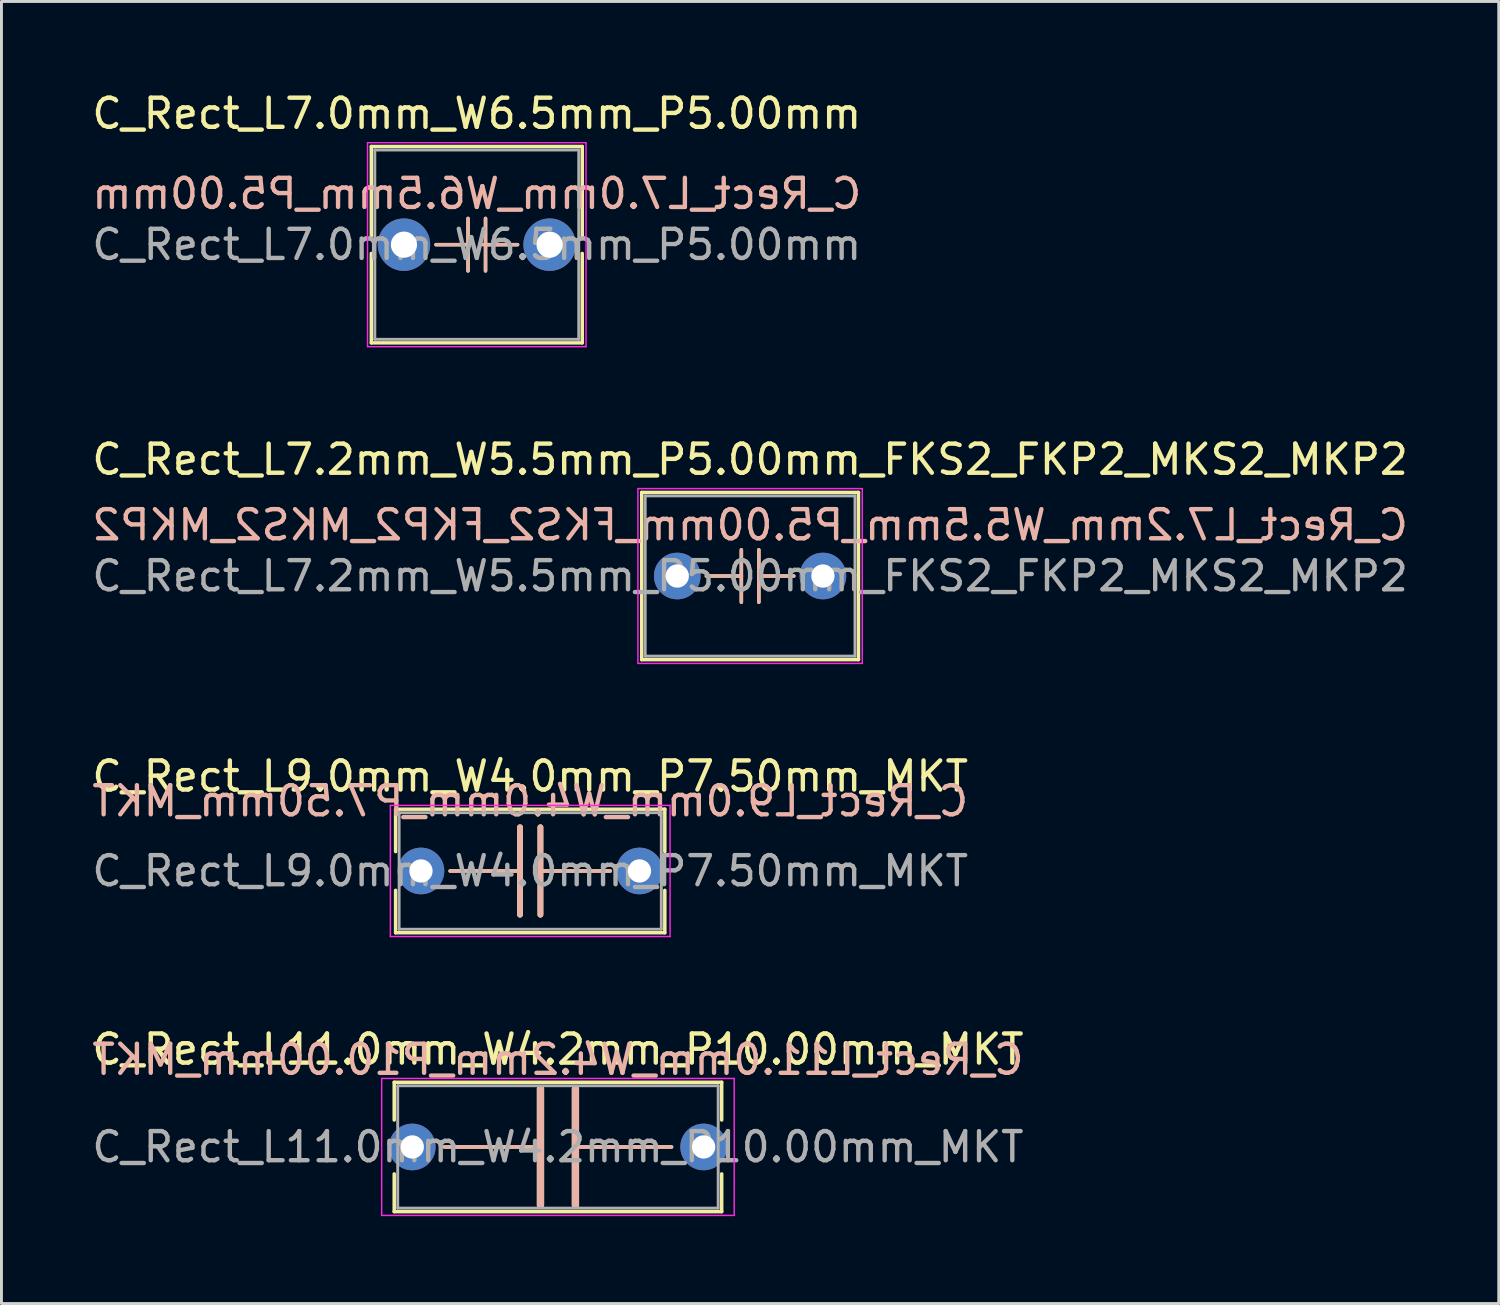
<source format=kicad_pcb>
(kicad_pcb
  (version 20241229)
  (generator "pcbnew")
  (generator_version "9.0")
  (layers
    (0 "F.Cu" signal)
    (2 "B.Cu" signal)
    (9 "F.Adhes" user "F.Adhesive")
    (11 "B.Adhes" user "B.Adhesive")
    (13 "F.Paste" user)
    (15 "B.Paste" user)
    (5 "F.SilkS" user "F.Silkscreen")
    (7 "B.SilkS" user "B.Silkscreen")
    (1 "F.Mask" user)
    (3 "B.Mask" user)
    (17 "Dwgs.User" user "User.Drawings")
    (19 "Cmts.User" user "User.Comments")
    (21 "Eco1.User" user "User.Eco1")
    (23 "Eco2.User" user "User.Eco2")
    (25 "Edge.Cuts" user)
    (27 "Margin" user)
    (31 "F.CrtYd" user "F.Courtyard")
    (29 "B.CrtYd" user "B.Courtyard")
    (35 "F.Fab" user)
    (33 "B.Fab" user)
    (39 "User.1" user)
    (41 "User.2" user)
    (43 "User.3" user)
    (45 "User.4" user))
  (footprint "C_Rect_L7.2mm_W5.5mm_P5.00mm_FKS2_FKP2_MKS2_MKP2"
    (layer "F.Cu")
    (at 20.196 16.721)
    (property "Reference" "C_Rect_L7.2mm_W5.5mm_P5.00mm_FKS2_FKP2_MKS2_MKP2" (at 2.5 -4 0) (layer "F.SilkS") (effects (font (size 1 1) (thickness 0.15))))
    (fp_line (start -1.22 -2.87) (end -1.22 2.87) (stroke (width 0.12) (type solid)) (layer "F.SilkS"))
    (fp_line (start -1.22 -2.87) (end 6.22 -2.87) (stroke (width 0.12) (type solid)) (layer "F.SilkS"))
    (fp_line (start -1.22 2.87) (end 6.22 2.87) (stroke (width 0.12) (type solid)) (layer "F.SilkS"))
    (fp_line (start 1 0) (end 2.2 0) (stroke (width 0.12) (type solid)) (layer "F.SilkS"))
    (fp_line (start 2.2 -0.9) (end 2.2 0.9) (stroke (width 0.12) (type solid)) (layer "F.SilkS"))
    (fp_line (start 2.8 -0.9) (end 2.8 0.9) (stroke (width 0.12) (type solid)) (layer "F.SilkS"))
    (fp_line (start 4 0) (end 2.8 0) (stroke (width 0.12) (type solid)) (layer "F.SilkS"))
    (fp_line (start 6.22 -2.87) (end 6.22 2.87) (stroke (width 0.12) (type solid)) (layer "F.SilkS"))
    (fp_line (start 1 0) (end 2.2 0) (stroke (width 0.12) (type solid)) (layer "B.SilkS"))
    (fp_line (start 2.2 0.9) (end 2.2 -0.9) (stroke (width 0.12) (type solid)) (layer "B.SilkS"))
    (fp_line (start 2.8 0.9) (end 2.8 -0.9) (stroke (width 0.12) (type solid)) (layer "B.SilkS"))
    (fp_line (start 4 0) (end 2.8 0) (stroke (width 0.12) (type solid)) (layer "B.SilkS"))
    (fp_line (start -1.35 -3) (end -1.35 3) (stroke (width 0.05) (type solid)) (layer "F.CrtYd"))
    (fp_line (start -1.35 3) (end 6.35 3) (stroke (width 0.05) (type solid)) (layer "F.CrtYd"))
    (fp_line (start 6.35 -3) (end -1.35 -3) (stroke (width 0.05) (type solid)) (layer "F.CrtYd"))
    (fp_line (start 6.35 3) (end 6.35 -3) (stroke (width 0.05) (type solid)) (layer "F.CrtYd"))
    (fp_line (start -1.1 -2.75) (end -1.1 2.75) (stroke (width 0.1) (type solid)) (layer "F.Fab"))
    (fp_line (start -1.1 2.75) (end 6.1 2.75) (stroke (width 0.1) (type solid)) (layer "F.Fab"))
    (fp_line (start 6.1 -2.75) (end -1.1 -2.75) (stroke (width 0.1) (type solid)) (layer "F.Fab"))
    (fp_line (start 6.1 2.75) (end 6.1 -2.75) (stroke (width 0.1) (type solid)) (layer "F.Fab"))
    (fp_text user "${REFERENCE}" (at 2.5 -1.75 0) (layer "B.SilkS") (effects (font (size 1 1) (thickness 0.15)) (justify mirror)))
    (fp_text user "${REFERENCE}" (at 2.5 0 0) (layer "F.Fab") (effects (font (size 1 1) (thickness 0.15))))
    (pad "1" thru_hole circle (at 0 0) (size 1.6 1.6) (drill 0.8) (layers "*.Cu" "*.Mask"))
    (pad "2" thru_hole circle (at 5 0) (size 1.6 1.6) (drill 0.8) (layers "*.Cu" "*.Mask")))
  (footprint "C_Rect_L9.0mm_W4.0mm_P7.50mm_MKT"
    (layer "F.Cu")
    (at 11.399 26.845)
    (property "Reference" "C_Rect_L9.0mm_W4.0mm_P7.50mm_MKT" (at 3.75 -3.25 0) (layer "F.SilkS") (effects (font (size 1 1) (thickness 0.15))))
    (fp_line (start -0.87 -2.12) (end -0.87 -0.665) (stroke (width 0.12) (type solid)) (layer "F.SilkS"))
    (fp_line (start -0.87 -2.12) (end 8.37 -2.12) (stroke (width 0.12) (type solid)) (layer "F.SilkS"))
    (fp_line (start -0.87 0.665) (end -0.87 2.12) (stroke (width 0.12) (type solid)) (layer "F.SilkS"))
    (fp_line (start -0.87 2.12) (end 8.37 2.12) (stroke (width 0.12) (type solid)) (layer "F.SilkS"))
    (fp_line (start 1 0) (end 3.4 0) (stroke (width 0.12) (type solid)) (layer "F.SilkS"))
    (fp_line (start 3.4 -1.5) (end 3.4 1.5) (stroke (width 0.2) (type solid)) (layer "F.SilkS"))
    (fp_line (start 4.1 -1.5) (end 4.1 1.5) (stroke (width 0.2) (type solid)) (layer "F.SilkS"))
    (fp_line (start 4.1 0) (end 6.5 0) (stroke (width 0.12) (type solid)) (layer "F.SilkS"))
    (fp_line (start 8.37 -2.12) (end 8.37 -0.665) (stroke (width 0.12) (type solid)) (layer "F.SilkS"))
    (fp_line (start 8.37 0.665) (end 8.37 2.12) (stroke (width 0.12) (type solid)) (layer "F.SilkS"))
    (fp_line (start 1 0) (end 3.4 0) (stroke (width 0.12) (type solid)) (layer "B.SilkS"))
    (fp_line (start 3.4 1.5) (end 3.4 -1.5) (stroke (width 0.2) (type solid)) (layer "B.SilkS"))
    (fp_line (start 4.1 0) (end 6.5 0) (stroke (width 0.12) (type solid)) (layer "B.SilkS"))
    (fp_line (start 4.1 1.5) (end 4.1 -1.5) (stroke (width 0.2) (type solid)) (layer "B.SilkS"))
    (fp_line (start -1.05 -2.25) (end -1.05 2.25) (stroke (width 0.05) (type solid)) (layer "F.CrtYd"))
    (fp_line (start -1.05 2.25) (end 8.55 2.25) (stroke (width 0.05) (type solid)) (layer "F.CrtYd"))
    (fp_line (start 8.55 -2.25) (end -1.05 -2.25) (stroke (width 0.05) (type solid)) (layer "F.CrtYd"))
    (fp_line (start 8.55 2.25) (end 8.55 -2.25) (stroke (width 0.05) (type solid)) (layer "F.CrtYd"))
    (fp_line (start -0.75 -2) (end -0.75 2) (stroke (width 0.1) (type solid)) (layer "F.Fab"))
    (fp_line (start -0.75 2) (end 8.25 2) (stroke (width 0.1) (type solid)) (layer "F.Fab"))
    (fp_line (start 8.25 -2) (end -0.75 -2) (stroke (width 0.1) (type solid)) (layer "F.Fab"))
    (fp_line (start 8.25 2) (end 8.25 -2) (stroke (width 0.1) (type solid)) (layer "F.Fab"))
    (fp_text user "${REFERENCE}" (at 3.75 -2.4 0) (layer "B.SilkS") (effects (font (size 1 1) (thickness 0.15)) (justify mirror)))
    (fp_text user "${REFERENCE}" (at 3.75 0 0) (layer "F.Fab") (effects (font (size 1 1) (thickness 0.15))))
    (pad "1" thru_hole circle (at 0 0) (size 1.6 1.6) (drill 0.8) (layers "*.Cu" "*.Mask"))
    (pad "2" thru_hole circle (at 7.5 0) (size 1.6 1.6) (drill 0.8) (layers "*.Cu" "*.Mask")))
  (footprint "C_Rect_L11.0mm_W4.2mm_P10.00mm_MKT"
    (layer "F.Cu")
    (at 11.101 36.318)
    (property "Reference" "C_Rect_L11.0mm_W4.2mm_P10.00mm_MKT" (at 5 -3.35 0) (layer "F.SilkS") (effects (font (size 1 1) (thickness 0.15))))
    (fp_line (start -0.62 -2.22) (end -0.62 -0.925) (stroke (width 0.12) (type solid)) (layer "F.SilkS"))
    (fp_line (start -0.62 -2.22) (end 10.62 -2.22) (stroke (width 0.12) (type solid)) (layer "F.SilkS"))
    (fp_line (start -0.62 0.925) (end -0.62 2.22) (stroke (width 0.12) (type solid)) (layer "F.SilkS"))
    (fp_line (start -0.62 2.22) (end 10.62 2.22) (stroke (width 0.12) (type solid)) (layer "F.SilkS"))
    (fp_line (start 1.1 0) (end 4.4 0) (stroke (width 0.12) (type solid)) (layer "F.SilkS"))
    (fp_line (start 4.4 2) (end 4.4 -2) (stroke (width 0.25) (type solid)) (layer "F.SilkS"))
    (fp_line (start 5.6 2) (end 5.6 -2) (stroke (width 0.25) (type solid)) (layer "F.SilkS"))
    (fp_line (start 8.9 0) (end 5.6 0) (stroke (width 0.12) (type solid)) (layer "F.SilkS"))
    (fp_line (start 10.62 -2.22) (end 10.62 -0.925) (stroke (width 0.12) (type solid)) (layer "F.SilkS"))
    (fp_line (start 10.62 0.925) (end 10.62 2.22) (stroke (width 0.12) (type solid)) (layer "F.SilkS"))
    (fp_line (start 1.1 0) (end 4.4 0) (stroke (width 0.12) (type solid)) (layer "B.SilkS"))
    (fp_line (start 4.4 -2) (end 4.4 2) (stroke (width 0.25) (type solid)) (layer "B.SilkS"))
    (fp_line (start 5.6 -2) (end 5.6 2) (stroke (width 0.25) (type solid)) (layer "B.SilkS"))
    (fp_line (start 8.9 0) (end 5.6 0) (stroke (width 0.12) (type solid)) (layer "B.SilkS"))
    (fp_line (start -1.05 -2.35) (end -1.05 2.35) (stroke (width 0.05) (type solid)) (layer "F.CrtYd"))
    (fp_line (start -1.05 2.35) (end 11.05 2.35) (stroke (width 0.05) (type solid)) (layer "F.CrtYd"))
    (fp_line (start 11.05 -2.35) (end -1.05 -2.35) (stroke (width 0.05) (type solid)) (layer "F.CrtYd"))
    (fp_line (start 11.05 2.35) (end 11.05 -2.35) (stroke (width 0.05) (type solid)) (layer "F.CrtYd"))
    (fp_line (start -0.5 -2.1) (end -0.5 2.1) (stroke (width 0.1) (type solid)) (layer "F.Fab"))
    (fp_line (start -0.5 2.1) (end 10.5 2.1) (stroke (width 0.1) (type solid)) (layer "F.Fab"))
    (fp_line (start 10.5 -2.1) (end -0.5 -2.1) (stroke (width 0.1) (type solid)) (layer "F.Fab"))
    (fp_line (start 10.5 2.1) (end 10.5 -2.1) (stroke (width 0.1) (type solid)) (layer "F.Fab"))
    (fp_text user "${REFERENCE}" (at 5 -3 0) (layer "B.SilkS") (effects (font (size 1 1) (thickness 0.15)) (justify mirror)))
    (fp_text user "${REFERENCE}" (at 5 0 0) (layer "F.Fab") (effects (font (size 1 1) (thickness 0.15))))
    (pad "1" thru_hole circle (at 0 0) (size 1.6 1.6) (drill 0.8) (layers "*.Cu" "*.Mask"))
    (pad "2" thru_hole circle (at 10 0) (size 1.6 1.6) (drill 0.8) (layers "*.Cu" "*.Mask")))
  (footprint "C_Rect_L7.0mm_W6.5mm_P5.00mm"
    (layer "F.Cu")
    (at 10.815 5.348)
    (property "Reference" "C_Rect_L7.0mm_W6.5mm_P5.00mm" (at 2.5 -4.5 0) (layer "F.SilkS") (effects (font (size 1 1) (thickness 0.15))))
    (fp_line (start -1.12 -3.37) (end -1.12 -0.301) (stroke (width 0.12) (type solid)) (layer "F.SilkS"))
    (fp_line (start -1.12 -3.37) (end 6.12 -3.37) (stroke (width 0.12) (type solid)) (layer "F.SilkS"))
    (fp_line (start -1.12 0.301) (end -1.12 3.37) (stroke (width 0.12) (type solid)) (layer "F.SilkS"))
    (fp_line (start -1.12 3.37) (end 6.12 3.37) (stroke (width 0.12) (type solid)) (layer "F.SilkS"))
    (fp_line (start 1.1 0) (end 2.2 0) (stroke (width 0.12) (type solid)) (layer "F.SilkS"))
    (fp_line (start 2.2 -0.9) (end 2.2 0.9) (stroke (width 0.12) (type solid)) (layer "F.SilkS"))
    (fp_line (start 2.8 -0.9) (end 2.8 0.9) (stroke (width 0.12) (type solid)) (layer "F.SilkS"))
    (fp_line (start 3.9 0) (end 2.8 0) (stroke (width 0.12) (type solid)) (layer "F.SilkS"))
    (fp_line (start 6.12 -3.37) (end 6.12 -0.301) (stroke (width 0.12) (type solid)) (layer "F.SilkS"))
    (fp_line (start 6.12 0.301) (end 6.12 3.37) (stroke (width 0.12) (type solid)) (layer "F.SilkS"))
    (fp_line (start 1.1 0) (end 2.2 0) (stroke (width 0.12) (type solid)) (layer "B.SilkS"))
    (fp_line (start 2.2 0.9) (end 2.2 -0.9) (stroke (width 0.12) (type solid)) (layer "B.SilkS"))
    (fp_line (start 2.8 0.9) (end 2.8 -0.9) (stroke (width 0.12) (type solid)) (layer "B.SilkS"))
    (fp_line (start 3.9 0) (end 2.7 0) (stroke (width 0.12) (type solid)) (layer "B.SilkS"))
    (fp_line (start -1.25 -3.5) (end -1.25 3.5) (stroke (width 0.05) (type solid)) (layer "F.CrtYd"))
    (fp_line (start -1.25 3.5) (end 6.25 3.5) (stroke (width 0.05) (type solid)) (layer "F.CrtYd"))
    (fp_line (start 6.25 -3.5) (end -1.25 -3.5) (stroke (width 0.05) (type solid)) (layer "F.CrtYd"))
    (fp_line (start 6.25 3.5) (end 6.25 -3.5) (stroke (width 0.05) (type solid)) (layer "F.CrtYd"))
    (fp_line (start -1 -3.25) (end -1 3.25) (stroke (width 0.1) (type solid)) (layer "F.Fab"))
    (fp_line (start -1 3.25) (end 6 3.25) (stroke (width 0.1) (type solid)) (layer "F.Fab"))
    (fp_line (start 6 -3.25) (end -1 -3.25) (stroke (width 0.1) (type solid)) (layer "F.Fab"))
    (fp_line (start 6 3.25) (end 6 -3.25) (stroke (width 0.1) (type solid)) (layer "F.Fab"))
    (fp_text user "${REFERENCE}" (at 2.5 -1.75 0) (layer "B.SilkS") (effects (font (size 1 1) (thickness 0.15)) (justify mirror)))
    (fp_text user "${REFERENCE}" (at 2.5 0 0) (layer "F.Fab") (effects (font (size 1 1) (thickness 0.15))))
    (pad "1" thru_hole circle (at 0 0) (size 1.8 1.8) (drill 0.9) (layers "*.Cu" "*.Mask"))
    (pad "2" thru_hole circle (at 5 0) (size 1.8 1.8) (drill 0.9) (layers "*.Cu" "*.Mask")))
  (gr_rect
    (start -3 -3)
    (end 48.393 41.693)
    (stroke (width 0.1) (type default))
    (fill no)
    (layer "Edge.Cuts")))
</source>
